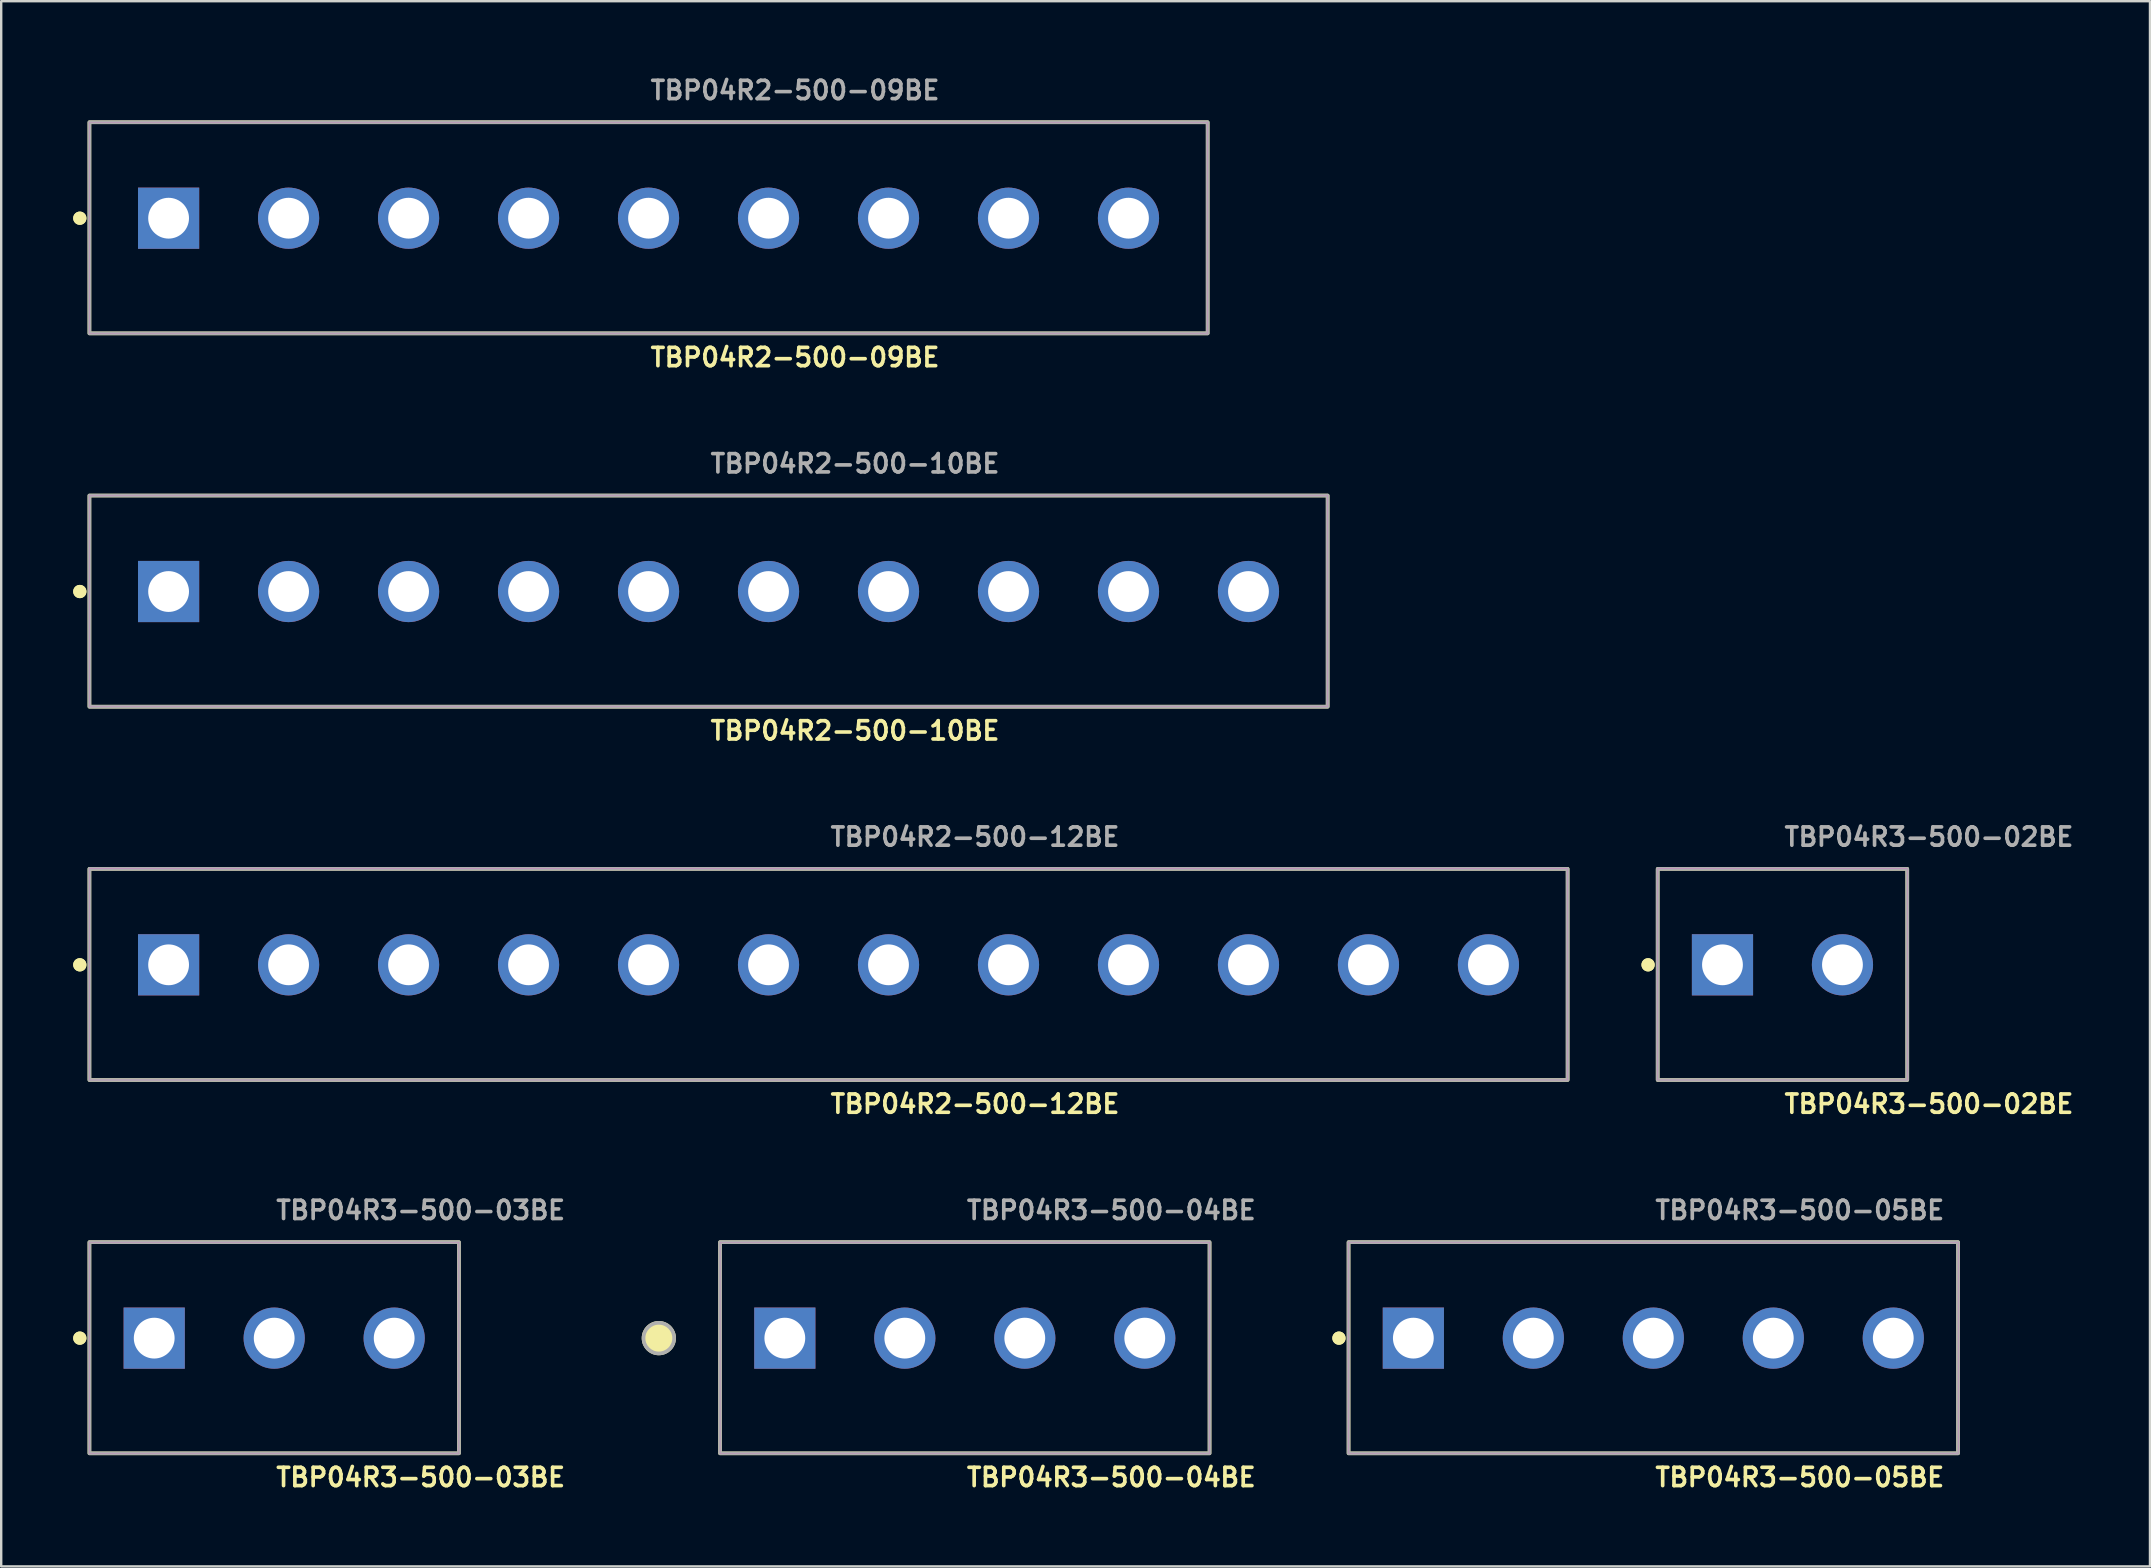
<source format=kicad_pcb>
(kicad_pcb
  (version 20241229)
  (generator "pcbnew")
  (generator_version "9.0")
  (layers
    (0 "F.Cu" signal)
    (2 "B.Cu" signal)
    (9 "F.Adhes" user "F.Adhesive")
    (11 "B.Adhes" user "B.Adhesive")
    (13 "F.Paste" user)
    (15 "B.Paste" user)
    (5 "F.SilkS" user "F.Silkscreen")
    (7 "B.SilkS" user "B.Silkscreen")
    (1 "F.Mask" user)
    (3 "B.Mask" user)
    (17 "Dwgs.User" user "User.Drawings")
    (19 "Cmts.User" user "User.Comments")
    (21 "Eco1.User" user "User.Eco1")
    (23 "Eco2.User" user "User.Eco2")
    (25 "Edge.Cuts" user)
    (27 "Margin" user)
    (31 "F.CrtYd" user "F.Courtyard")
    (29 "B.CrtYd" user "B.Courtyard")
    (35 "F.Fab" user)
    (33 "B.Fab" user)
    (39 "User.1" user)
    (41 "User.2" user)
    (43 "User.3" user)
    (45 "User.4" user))
  (footprint "TBP04R3-500-05BE"
    (layer "F.Cu")
    (at 65.847 52.713)
    (property "Reference" "TBP04R3-500-05BE" (at 0 5.8 0) (unlocked yes) (layer "F.SilkS") (effects (font (size 0.762 0.762) (thickness 0.152)) (justify left)))
    (fp_rect (start -12.7 4.8) (end 12.7 -4) (stroke (width 0.152) (type solid)) (fill no) (layer "F.SilkS"))
    (fp_circle (center -13.1 0) (end -13.3 0) (stroke (width 0.152) (type solid)) (fill yes) (layer "F.SilkS"))
    (fp_circle (center -13.1 0) (end -13.3 0) (stroke (width 0.152) (type solid)) (fill yes) (layer "F.SilkS"))
    (fp_rect (start -12.7 4.8) (end 12.7 -4) (stroke (width 0.006) (type solid)) (fill no) (layer "F.CrtYd"))
    (fp_rect (start -12.7 4.8) (end 12.7 -4) (stroke (width 0.152) (type solid)) (fill no) (layer "F.Fab"))
    (fp_text user "${REFERENCE}" (at 0 -5.33 0) (unlocked yes) (layer "F.Fab") (effects (font (size 0.762 0.762) (thickness 0.152)) (justify left)))
    (pad "1" thru_hole rect (at -10 0) (size 2.55 2.55) (drill 1.7) (layers "*.Cu" "*.Mask"))
    (pad "2" thru_hole circle (at -5 0) (size 2.55 2.55) (drill 1.7) (layers "*.Cu" "*.Mask"))
    (pad "3" thru_hole circle (at 0 0) (size 2.55 2.55) (drill 1.7) (layers "*.Cu" "*.Mask"))
    (pad "4" thru_hole circle (at 5 0) (size 2.55 2.55) (drill 1.7) (layers "*.Cu" "*.Mask"))
    (pad "5" thru_hole circle (at 10 0) (size 2.55 2.55) (drill 1.7) (layers "*.Cu" "*.Mask")))
  (footprint "TBP04R2-500-10BE"
    (layer "F.Cu")
    (at 26.476 21.6)
    (property "Reference" "TBP04R2-500-10BE" (at 0 5.8 0) (unlocked yes) (layer "F.SilkS") (effects (font (size 0.762 0.762) (thickness 0.152)) (justify left)))
    (fp_rect (start -25.8 4.8) (end 25.8 -4) (stroke (width 0.152) (type solid)) (fill no) (layer "F.SilkS"))
    (fp_circle (center -26.2 0) (end -26.4 0) (stroke (width 0.152) (type solid)) (fill yes) (layer "F.SilkS"))
    (fp_circle (center -26.2 0) (end -26.4 0) (stroke (width 0.152) (type solid)) (fill yes) (layer "F.SilkS"))
    (fp_rect (start -25.8 4.8) (end 25.8 -4) (stroke (width 0.006) (type solid)) (fill no) (layer "F.CrtYd"))
    (fp_rect (start -25.8 4.8) (end 25.8 -4) (stroke (width 0.152) (type solid)) (fill no) (layer "F.Fab"))
    (fp_text user "${REFERENCE}" (at 0 -5.33 0) (unlocked yes) (layer "F.Fab") (effects (font (size 0.762 0.762) (thickness 0.152)) (justify left)))
    (pad "1" thru_hole rect (at -22.5 0) (size 2.55 2.55) (drill 1.7) (layers "*.Cu" "*.Mask"))
    (pad "2" thru_hole circle (at -17.5 0) (size 2.55 2.55) (drill 1.7) (layers "*.Cu" "*.Mask"))
    (pad "3" thru_hole circle (at -12.5 0) (size 2.55 2.55) (drill 1.7) (layers "*.Cu" "*.Mask"))
    (pad "4" thru_hole circle (at -7.5 0) (size 2.55 2.55) (drill 1.7) (layers "*.Cu" "*.Mask"))
    (pad "5" thru_hole circle (at -2.5 0) (size 2.55 2.55) (drill 1.7) (layers "*.Cu" "*.Mask"))
    (pad "6" thru_hole circle (at 2.5 0) (size 2.55 2.55) (drill 1.7) (layers "*.Cu" "*.Mask"))
    (pad "7" thru_hole circle (at 7.5 0) (size 2.55 2.55) (drill 1.7) (layers "*.Cu" "*.Mask"))
    (pad "8" thru_hole circle (at 12.5 0) (size 2.55 2.55) (drill 1.7) (layers "*.Cu" "*.Mask"))
    (pad "9" thru_hole circle (at 17.5 0) (size 2.55 2.55) (drill 1.7) (layers "*.Cu" "*.Mask"))
    (pad "10" thru_hole circle (at 22.5 0) (size 2.55 2.55) (drill 1.7) (layers "*.Cu" "*.Mask")))
  (footprint "TBP04R2-500-09BE"
    (layer "F.Cu")
    (at 23.976 6.043)
    (property "Reference" "TBP04R2-500-09BE" (at 0 5.8 0) (unlocked yes) (layer "F.SilkS") (effects (font (size 0.762 0.762) (thickness 0.152)) (justify left)))
    (fp_rect (start -23.3 4.8) (end 23.3 -4) (stroke (width 0.152) (type solid)) (fill no) (layer "F.SilkS"))
    (fp_circle (center -23.7 0) (end -23.9 0) (stroke (width 0.152) (type solid)) (fill yes) (layer "F.SilkS"))
    (fp_circle (center -23.7 0) (end -23.9 0) (stroke (width 0.152) (type solid)) (fill yes) (layer "F.SilkS"))
    (fp_rect (start -23.3 4.8) (end 23.3 -4) (stroke (width 0.006) (type solid)) (fill no) (layer "F.CrtYd"))
    (fp_rect (start -23.3 4.8) (end 23.3 -4) (stroke (width 0.152) (type solid)) (fill no) (layer "F.Fab"))
    (fp_text user "${REFERENCE}" (at 0 -5.33 0) (unlocked yes) (layer "F.Fab") (effects (font (size 0.762 0.762) (thickness 0.152)) (justify left)))
    (pad "1" thru_hole rect (at -20 0) (size 2.55 2.55) (drill 1.7) (layers "*.Cu" "*.Mask"))
    (pad "2" thru_hole circle (at -15 0) (size 2.55 2.55) (drill 1.7) (layers "*.Cu" "*.Mask"))
    (pad "3" thru_hole circle (at -10 0) (size 2.55 2.55) (drill 1.7) (layers "*.Cu" "*.Mask"))
    (pad "4" thru_hole circle (at -5 0) (size 2.55 2.55) (drill 1.7) (layers "*.Cu" "*.Mask"))
    (pad "5" thru_hole circle (at 0 0) (size 2.55 2.55) (drill 1.7) (layers "*.Cu" "*.Mask"))
    (pad "6" thru_hole circle (at 5 0) (size 2.55 2.55) (drill 1.7) (layers "*.Cu" "*.Mask"))
    (pad "7" thru_hole circle (at 10 0) (size 2.55 2.55) (drill 1.7) (layers "*.Cu" "*.Mask"))
    (pad "8" thru_hole circle (at 15 0) (size 2.55 2.55) (drill 1.7) (layers "*.Cu" "*.Mask"))
    (pad "9" thru_hole circle (at 20 0) (size 2.55 2.55) (drill 1.7) (layers "*.Cu" "*.Mask")))
  (footprint "TBP04R3-500-02BE"
    (layer "F.Cu")
    (at 71.229 37.156)
    (property "Reference" "TBP04R3-500-02BE" (at 0 5.8 0) (unlocked yes) (layer "F.SilkS") (effects (font (size 0.762 0.762) (thickness 0.152)) (justify left)))
    (fp_rect (start -5.2 4.8) (end 5.2 -4) (stroke (width 0.152) (type solid)) (fill no) (layer "F.SilkS"))
    (fp_circle (center -5.6 0) (end -5.8 0) (stroke (width 0.152) (type solid)) (fill yes) (layer "F.SilkS"))
    (fp_circle (center -5.6 0) (end -5.8 0) (stroke (width 0.152) (type solid)) (fill yes) (layer "F.SilkS"))
    (fp_rect (start -5.2 4.8) (end 5.2 -4) (stroke (width 0.006) (type solid)) (fill no) (layer "F.CrtYd"))
    (fp_rect (start -5.2 4.8) (end 5.2 -4) (stroke (width 0.152) (type solid)) (fill no) (layer "F.Fab"))
    (fp_text user "${REFERENCE}" (at 0 -5.33 0) (unlocked yes) (layer "F.Fab") (effects (font (size 0.762 0.762) (thickness 0.152)) (justify left)))
    (pad "1" thru_hole rect (at -2.5 0) (size 2.55 2.55) (drill 1.7) (layers "*.Cu" "*.Mask"))
    (pad "2" thru_hole circle (at 2.5 0) (size 2.55 2.55) (drill 1.7) (layers "*.Cu" "*.Mask")))
  (footprint "TBP04R3-500-03BE"
    (layer "F.Cu")
    (at 8.376 52.713)
    (property "Reference" "TBP04R3-500-03BE" (at 0 5.8 0) (unlocked yes) (layer "F.SilkS") (effects (font (size 0.762 0.762) (thickness 0.152)) (justify left)))
    (fp_rect (start -7.7 4.8) (end 7.7 -4) (stroke (width 0.152) (type solid)) (fill no) (layer "F.SilkS"))
    (fp_circle (center -8.1 0) (end -8.3 0) (stroke (width 0.152) (type solid)) (fill yes) (layer "F.SilkS"))
    (fp_circle (center -8.1 0) (end -8.3 0) (stroke (width 0.152) (type solid)) (fill yes) (layer "F.SilkS"))
    (fp_rect (start -7.7 4.8) (end 7.7 -4) (stroke (width 0.006) (type solid)) (fill no) (layer "F.CrtYd"))
    (fp_rect (start -7.7 4.8) (end 7.7 -4) (stroke (width 0.152) (type solid)) (fill no) (layer "F.Fab"))
    (fp_text user "${REFERENCE}" (at 0 -5.33 0) (unlocked yes) (layer "F.Fab") (effects (font (size 0.762 0.762) (thickness 0.152)) (justify left)))
    (pad "1" thru_hole rect (at -5 0) (size 2.55 2.55) (drill 1.7) (layers "*.Cu" "*.Mask"))
    (pad "2" thru_hole circle (at 0 0) (size 2.55 2.55) (drill 1.7) (layers "*.Cu" "*.Mask"))
    (pad "3" thru_hole circle (at 5 0) (size 2.55 2.55) (drill 1.7) (layers "*.Cu" "*.Mask")))
  (footprint "TBP04R3-500-04BE"
    (layer "F.Cu")
    (at 37.155 52.713)
    (property "Reference" "TBP04R3-500-04BE" (at 0 5.8 0) (unlocked yes) (layer "F.SilkS") (effects (font (size 0.762 0.762) (thickness 0.152)) (justify left)))
    (fp_rect (start -10.2 4.8) (end 10.2 -4) (stroke (width 0.152) (type solid)) (fill no) (layer "F.SilkS"))
    (fp_circle (center -12.75 0) (end -13.387 0) (stroke (width 0.152) (type solid)) (fill yes) (layer "F.SilkS"))
    (fp_rect (start -10.2 4.8) (end 10.2 -4) (stroke (width 0.006) (type solid)) (fill no) (layer "F.CrtYd"))
    (fp_rect (start -10.2 4.8) (end 10.2 -4) (stroke (width 0.152) (type solid)) (fill no) (layer "F.Fab"))
    (fp_circle (center -12.75 0) (end -13.387 0) (stroke (width 0.152) (type solid)) (fill no) (layer "F.Fab"))
    (fp_text user "${REFERENCE}" (at 0 -5.33 0) (unlocked yes) (layer "F.Fab") (effects (font (size 0.762 0.762) (thickness 0.152)) (justify left)))
    (pad "1" thru_hole rect (at -7.5 0) (size 2.55 2.55) (drill 1.7) (layers "*.Cu" "*.Mask"))
    (pad "2" thru_hole circle (at -2.5 0) (size 2.55 2.55) (drill 1.7) (layers "*.Cu" "*.Mask"))
    (pad "3" thru_hole circle (at 2.5 0) (size 2.55 2.55) (drill 1.7) (layers "*.Cu" "*.Mask"))
    (pad "4" thru_hole circle (at 7.5 0) (size 2.55 2.55) (drill 1.7) (layers "*.Cu" "*.Mask")))
  (footprint "TBP04R2-500-12BE"
    (layer "F.Cu")
    (at 31.476 37.156)
    (property "Reference" "TBP04R2-500-12BE" (at 0 5.8 0) (unlocked yes) (layer "F.SilkS") (effects (font (size 0.762 0.762) (thickness 0.152)) (justify left)))
    (fp_rect (start -30.8 4.8) (end 30.8 -4) (stroke (width 0.152) (type solid)) (fill no) (layer "F.SilkS"))
    (fp_circle (center -31.2 0) (end -31.4 0) (stroke (width 0.152) (type solid)) (fill yes) (layer "F.SilkS"))
    (fp_circle (center -31.2 0) (end -31.4 0) (stroke (width 0.152) (type solid)) (fill yes) (layer "F.SilkS"))
    (fp_rect (start -30.8 4.8) (end 30.8 -4) (stroke (width 0.006) (type solid)) (fill no) (layer "F.CrtYd"))
    (fp_rect (start -30.8 4.8) (end 30.8 -4) (stroke (width 0.152) (type solid)) (fill no) (layer "F.Fab"))
    (fp_text user "${REFERENCE}" (at 0 -5.33 0) (unlocked yes) (layer "F.Fab") (effects (font (size 0.762 0.762) (thickness 0.152)) (justify left)))
    (pad "1" thru_hole rect (at -27.5 0) (size 2.55 2.55) (drill 1.7) (layers "*.Cu" "*.Mask"))
    (pad "2" thru_hole circle (at -22.5 0) (size 2.55 2.55) (drill 1.7) (layers "*.Cu" "*.Mask"))
    (pad "3" thru_hole circle (at -17.5 0) (size 2.55 2.55) (drill 1.7) (layers "*.Cu" "*.Mask"))
    (pad "4" thru_hole circle (at -12.5 0) (size 2.55 2.55) (drill 1.7) (layers "*.Cu" "*.Mask"))
    (pad "5" thru_hole circle (at -7.5 0) (size 2.55 2.55) (drill 1.7) (layers "*.Cu" "*.Mask"))
    (pad "6" thru_hole circle (at -2.5 0) (size 2.55 2.55) (drill 1.7) (layers "*.Cu" "*.Mask"))
    (pad "7" thru_hole circle (at 2.5 0) (size 2.55 2.55) (drill 1.7) (layers "*.Cu" "*.Mask"))
    (pad "8" thru_hole circle (at 7.5 0) (size 2.55 2.55) (drill 1.7) (layers "*.Cu" "*.Mask"))
    (pad "9" thru_hole circle (at 12.5 0) (size 2.55 2.55) (drill 1.7) (layers "*.Cu" "*.Mask"))
    (pad "10" thru_hole circle (at 17.5 0) (size 2.55 2.55) (drill 1.7) (layers "*.Cu" "*.Mask"))
    (pad "11" thru_hole circle (at 22.5 0) (size 2.55 2.55) (drill 1.7) (layers "*.Cu" "*.Mask"))
    (pad "12" thru_hole circle (at 27.5 0) (size 2.55 2.55) (drill 1.7) (layers "*.Cu" "*.Mask")))
  (gr_rect
    (start -3 -3)
    (end 86.544 62.226)
    (stroke (width 0.1) (type default))
    (fill no)
    (layer "Edge.Cuts")))
</source>
